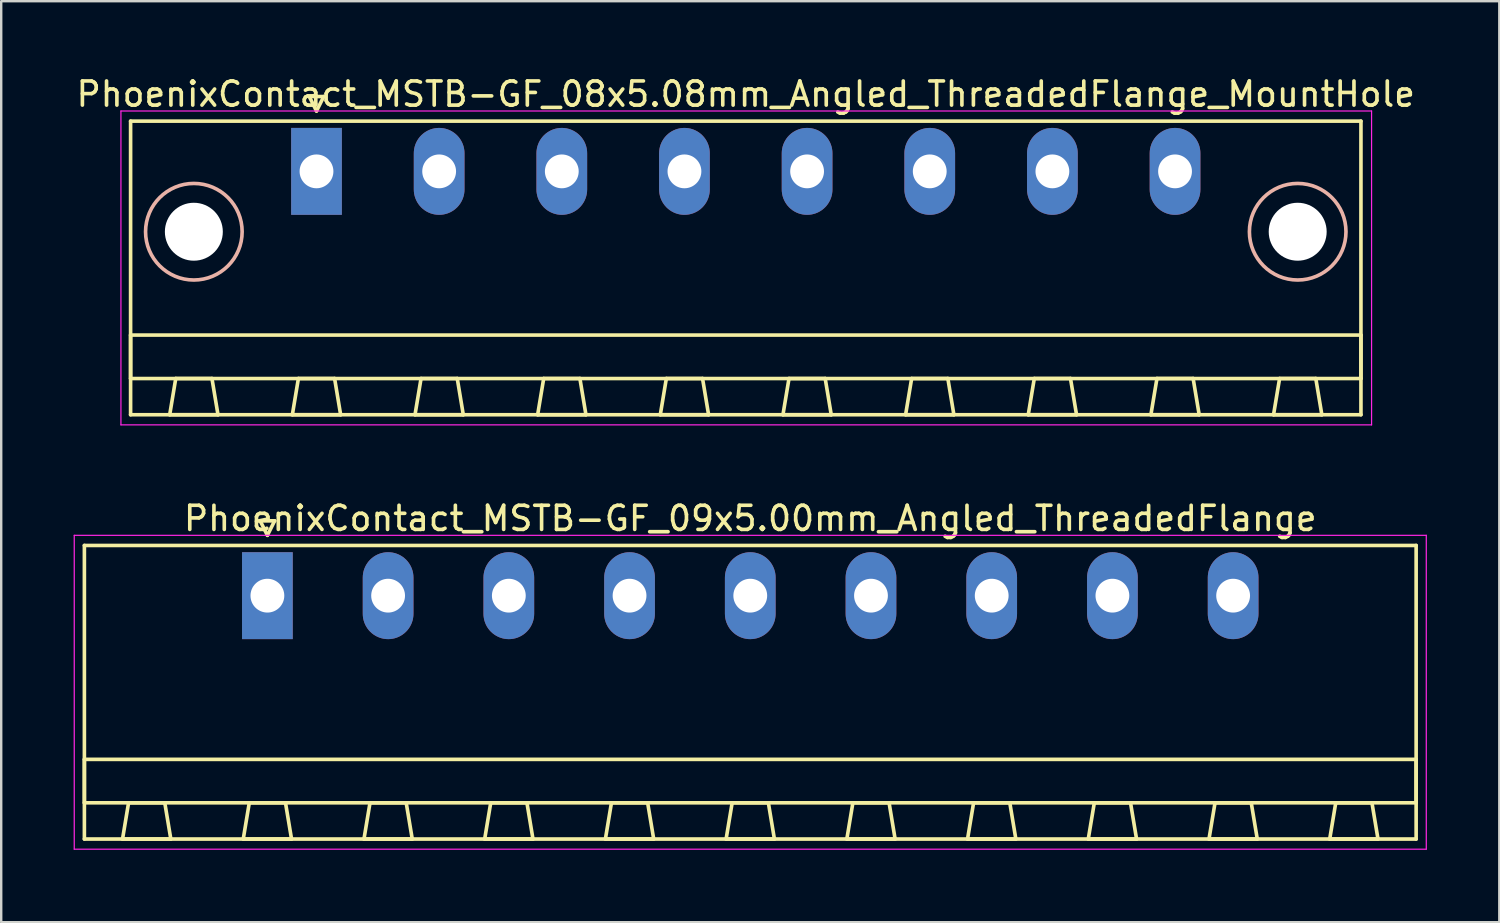
<source format=kicad_pcb>
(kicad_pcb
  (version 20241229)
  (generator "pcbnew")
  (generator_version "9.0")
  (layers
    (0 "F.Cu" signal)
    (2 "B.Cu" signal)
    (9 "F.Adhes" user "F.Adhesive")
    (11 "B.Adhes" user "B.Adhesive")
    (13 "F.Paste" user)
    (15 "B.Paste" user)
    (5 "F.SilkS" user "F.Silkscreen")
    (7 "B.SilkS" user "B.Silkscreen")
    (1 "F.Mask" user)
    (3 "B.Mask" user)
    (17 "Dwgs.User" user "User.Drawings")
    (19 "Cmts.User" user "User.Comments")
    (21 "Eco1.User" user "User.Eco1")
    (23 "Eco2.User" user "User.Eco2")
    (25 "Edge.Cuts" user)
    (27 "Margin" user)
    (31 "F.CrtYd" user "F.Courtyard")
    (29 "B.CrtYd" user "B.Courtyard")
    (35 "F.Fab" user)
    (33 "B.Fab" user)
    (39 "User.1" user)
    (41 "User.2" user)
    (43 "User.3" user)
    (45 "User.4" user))
  (footprint "PhoenixContact_MSTB-GF_09x5.00mm_Angled_ThreadedFlange"
    (layer "F.Cu")
    (at 8.025 21.622)
    (property "Reference" "PhoenixContact_MSTB-GF_09x5.00mm_Angled_ThreadedFlange" (at 20 -3.2 0) (layer "F.SilkS") (effects (font (size 1 1) (thickness 0.15))))
    (attr through_hole)
    (fp_line (start -7.58 -2.08) (end -7.58 10.08) (stroke (width 0.15) (type solid)) (layer "F.SilkS"))
    (fp_line (start -7.58 6.78) (end 47.58 6.78) (stroke (width 0.15) (type solid)) (layer "F.SilkS"))
    (fp_line (start -7.58 8.58) (end -7.58 6.78) (stroke (width 0.15) (type solid)) (layer "F.SilkS"))
    (fp_line (start -7.58 10.08) (end 47.58 10.08) (stroke (width 0.15) (type solid)) (layer "F.SilkS"))
    (fp_line (start -6 10.08) (end -4 10.08) (stroke (width 0.15) (type solid)) (layer "F.SilkS"))
    (fp_line (start -5.75 8.58) (end -6 10.08) (stroke (width 0.15) (type solid)) (layer "F.SilkS"))
    (fp_line (start -4.25 8.58) (end -5.75 8.58) (stroke (width 0.15) (type solid)) (layer "F.SilkS"))
    (fp_line (start -4 10.08) (end -4.25 8.58) (stroke (width 0.15) (type solid)) (layer "F.SilkS"))
    (fp_line (start -1 10.08) (end 1 10.08) (stroke (width 0.15) (type solid)) (layer "F.SilkS"))
    (fp_line (start -0.75 8.58) (end -1 10.08) (stroke (width 0.15) (type solid)) (layer "F.SilkS"))
    (fp_line (start -0.3 -3.1) (end 0 -2.5) (stroke (width 0.15) (type solid)) (layer "F.SilkS"))
    (fp_line (start 0 -2.5) (end 0.3 -3.1) (stroke (width 0.15) (type solid)) (layer "F.SilkS"))
    (fp_line (start 0.3 -3.1) (end -0.3 -3.1) (stroke (width 0.15) (type solid)) (layer "F.SilkS"))
    (fp_line (start 0.75 8.58) (end -0.75 8.58) (stroke (width 0.15) (type solid)) (layer "F.SilkS"))
    (fp_line (start 1 10.08) (end 0.75 8.58) (stroke (width 0.15) (type solid)) (layer "F.SilkS"))
    (fp_line (start 4 10.08) (end 6 10.08) (stroke (width 0.15) (type solid)) (layer "F.SilkS"))
    (fp_line (start 4.25 8.58) (end 4 10.08) (stroke (width 0.15) (type solid)) (layer "F.SilkS"))
    (fp_line (start 5.75 8.58) (end 4.25 8.58) (stroke (width 0.15) (type solid)) (layer "F.SilkS"))
    (fp_line (start 6 10.08) (end 5.75 8.58) (stroke (width 0.15) (type solid)) (layer "F.SilkS"))
    (fp_line (start 9 10.08) (end 11 10.08) (stroke (width 0.15) (type solid)) (layer "F.SilkS"))
    (fp_line (start 9.25 8.58) (end 9 10.08) (stroke (width 0.15) (type solid)) (layer "F.SilkS"))
    (fp_line (start 10.75 8.58) (end 9.25 8.58) (stroke (width 0.15) (type solid)) (layer "F.SilkS"))
    (fp_line (start 11 10.08) (end 10.75 8.58) (stroke (width 0.15) (type solid)) (layer "F.SilkS"))
    (fp_line (start 14 10.08) (end 16 10.08) (stroke (width 0.15) (type solid)) (layer "F.SilkS"))
    (fp_line (start 14.25 8.58) (end 14 10.08) (stroke (width 0.15) (type solid)) (layer "F.SilkS"))
    (fp_line (start 15.75 8.58) (end 14.25 8.58) (stroke (width 0.15) (type solid)) (layer "F.SilkS"))
    (fp_line (start 16 10.08) (end 15.75 8.58) (stroke (width 0.15) (type solid)) (layer "F.SilkS"))
    (fp_line (start 19 10.08) (end 21 10.08) (stroke (width 0.15) (type solid)) (layer "F.SilkS"))
    (fp_line (start 19.25 8.58) (end 19 10.08) (stroke (width 0.15) (type solid)) (layer "F.SilkS"))
    (fp_line (start 20.75 8.58) (end 19.25 8.58) (stroke (width 0.15) (type solid)) (layer "F.SilkS"))
    (fp_line (start 21 10.08) (end 20.75 8.58) (stroke (width 0.15) (type solid)) (layer "F.SilkS"))
    (fp_line (start 24 10.08) (end 26 10.08) (stroke (width 0.15) (type solid)) (layer "F.SilkS"))
    (fp_line (start 24.25 8.58) (end 24 10.08) (stroke (width 0.15) (type solid)) (layer "F.SilkS"))
    (fp_line (start 25.75 8.58) (end 24.25 8.58) (stroke (width 0.15) (type solid)) (layer "F.SilkS"))
    (fp_line (start 26 10.08) (end 25.75 8.58) (stroke (width 0.15) (type solid)) (layer "F.SilkS"))
    (fp_line (start 29 10.08) (end 31 10.08) (stroke (width 0.15) (type solid)) (layer "F.SilkS"))
    (fp_line (start 29.25 8.58) (end 29 10.08) (stroke (width 0.15) (type solid)) (layer "F.SilkS"))
    (fp_line (start 30.75 8.58) (end 29.25 8.58) (stroke (width 0.15) (type solid)) (layer "F.SilkS"))
    (fp_line (start 31 10.08) (end 30.75 8.58) (stroke (width 0.15) (type solid)) (layer "F.SilkS"))
    (fp_line (start 34 10.08) (end 36 10.08) (stroke (width 0.15) (type solid)) (layer "F.SilkS"))
    (fp_line (start 34.25 8.58) (end 34 10.08) (stroke (width 0.15) (type solid)) (layer "F.SilkS"))
    (fp_line (start 35.75 8.58) (end 34.25 8.58) (stroke (width 0.15) (type solid)) (layer "F.SilkS"))
    (fp_line (start 36 10.08) (end 35.75 8.58) (stroke (width 0.15) (type solid)) (layer "F.SilkS"))
    (fp_line (start 39 10.08) (end 41 10.08) (stroke (width 0.15) (type solid)) (layer "F.SilkS"))
    (fp_line (start 39.25 8.58) (end 39 10.08) (stroke (width 0.15) (type solid)) (layer "F.SilkS"))
    (fp_line (start 40.75 8.58) (end 39.25 8.58) (stroke (width 0.15) (type solid)) (layer "F.SilkS"))
    (fp_line (start 41 10.08) (end 40.75 8.58) (stroke (width 0.15) (type solid)) (layer "F.SilkS"))
    (fp_line (start 44 10.08) (end 46 10.08) (stroke (width 0.15) (type solid)) (layer "F.SilkS"))
    (fp_line (start 44.25 8.58) (end 44 10.08) (stroke (width 0.15) (type solid)) (layer "F.SilkS"))
    (fp_line (start 45.75 8.58) (end 44.25 8.58) (stroke (width 0.15) (type solid)) (layer "F.SilkS"))
    (fp_line (start 46 10.08) (end 45.75 8.58) (stroke (width 0.15) (type solid)) (layer "F.SilkS"))
    (fp_line (start 47.58 -2.08) (end -7.58 -2.08) (stroke (width 0.15) (type solid)) (layer "F.SilkS"))
    (fp_line (start 47.58 6.78) (end 47.58 8.58) (stroke (width 0.15) (type solid)) (layer "F.SilkS"))
    (fp_line (start 47.58 8.58) (end -7.58 8.58) (stroke (width 0.15) (type solid)) (layer "F.SilkS"))
    (fp_line (start 47.58 10.08) (end 47.58 -2.08) (stroke (width 0.15) (type solid)) (layer "F.SilkS"))
    (fp_line (start -8 -2.5) (end -8 10.5) (stroke (width 0.05) (type solid)) (layer "F.CrtYd"))
    (fp_line (start -8 10.5) (end 48 10.5) (stroke (width 0.05) (type solid)) (layer "F.CrtYd"))
    (fp_line (start 48 -2.5) (end -8 -2.5) (stroke (width 0.05) (type solid)) (layer "F.CrtYd"))
    (fp_line (start 48 10.5) (end 48 -2.5) (stroke (width 0.05) (type solid)) (layer "F.CrtYd"))
    (pad "1" thru_hole rect (at 0 0) (size 2.1 3.6) (drill 1.4) (layers "*.Cu" "*.Mask"))
    (pad "2" thru_hole oval (at 5 0) (size 2.1 3.6) (drill 1.4) (layers "*.Cu" "*.Mask"))
    (pad "3" thru_hole oval (at 10 0) (size 2.1 3.6) (drill 1.4) (layers "*.Cu" "*.Mask"))
    (pad "4" thru_hole oval (at 15 0) (size 2.1 3.6) (drill 1.4) (layers "*.Cu" "*.Mask"))
    (pad "5" thru_hole oval (at 20 0) (size 2.1 3.6) (drill 1.4) (layers "*.Cu" "*.Mask"))
    (pad "6" thru_hole oval (at 25 0) (size 2.1 3.6) (drill 1.4) (layers "*.Cu" "*.Mask"))
    (pad "7" thru_hole oval (at 30 0) (size 2.1 3.6) (drill 1.4) (layers "*.Cu" "*.Mask"))
    (pad "8" thru_hole oval (at 35 0) (size 2.1 3.6) (drill 1.4) (layers "*.Cu" "*.Mask"))
    (pad "9" thru_hole oval (at 40 0) (size 2.1 3.6) (drill 1.4) (layers "*.Cu" "*.Mask")))
  (footprint "PhoenixContact_MSTB-GF_08x5.08mm_Angled_ThreadedFlange_MountHole"
    (layer "F.Cu")
    (at 10.059 4.048)
    (property "Reference" "PhoenixContact_MSTB-GF_08x5.08mm_Angled_ThreadedFlange_MountHole" (at 17.78 -3.2 0) (layer "F.SilkS") (effects (font (size 1 1) (thickness 0.15))))
    (attr through_hole)
    (fp_line (start -7.7 -2.08) (end -7.7 10.08) (stroke (width 0.15) (type solid)) (layer "F.SilkS"))
    (fp_line (start -7.7 6.78) (end 43.26 6.78) (stroke (width 0.15) (type solid)) (layer "F.SilkS"))
    (fp_line (start -7.7 8.58) (end -7.7 6.78) (stroke (width 0.15) (type solid)) (layer "F.SilkS"))
    (fp_line (start -7.7 10.08) (end 43.26 10.08) (stroke (width 0.15) (type solid)) (layer "F.SilkS"))
    (fp_line (start -6.08 10.08) (end -4.08 10.08) (stroke (width 0.15) (type solid)) (layer "F.SilkS"))
    (fp_line (start -5.83 8.58) (end -6.08 10.08) (stroke (width 0.15) (type solid)) (layer "F.SilkS"))
    (fp_line (start -4.33 8.58) (end -5.83 8.58) (stroke (width 0.15) (type solid)) (layer "F.SilkS"))
    (fp_line (start -4.08 10.08) (end -4.33 8.58) (stroke (width 0.15) (type solid)) (layer "F.SilkS"))
    (fp_line (start -1 10.08) (end 1 10.08) (stroke (width 0.15) (type solid)) (layer "F.SilkS"))
    (fp_line (start -0.75 8.58) (end -1 10.08) (stroke (width 0.15) (type solid)) (layer "F.SilkS"))
    (fp_line (start -0.3 -3.1) (end 0 -2.5) (stroke (width 0.15) (type solid)) (layer "F.SilkS"))
    (fp_line (start 0 -2.5) (end 0.3 -3.1) (stroke (width 0.15) (type solid)) (layer "F.SilkS"))
    (fp_line (start 0.3 -3.1) (end -0.3 -3.1) (stroke (width 0.15) (type solid)) (layer "F.SilkS"))
    (fp_line (start 0.75 8.58) (end -0.75 8.58) (stroke (width 0.15) (type solid)) (layer "F.SilkS"))
    (fp_line (start 1 10.08) (end 0.75 8.58) (stroke (width 0.15) (type solid)) (layer "F.SilkS"))
    (fp_line (start 4.08 10.08) (end 6.08 10.08) (stroke (width 0.15) (type solid)) (layer "F.SilkS"))
    (fp_line (start 4.33 8.58) (end 4.08 10.08) (stroke (width 0.15) (type solid)) (layer "F.SilkS"))
    (fp_line (start 5.83 8.58) (end 4.33 8.58) (stroke (width 0.15) (type solid)) (layer "F.SilkS"))
    (fp_line (start 6.08 10.08) (end 5.83 8.58) (stroke (width 0.15) (type solid)) (layer "F.SilkS"))
    (fp_line (start 9.16 10.08) (end 11.16 10.08) (stroke (width 0.15) (type solid)) (layer "F.SilkS"))
    (fp_line (start 9.41 8.58) (end 9.16 10.08) (stroke (width 0.15) (type solid)) (layer "F.SilkS"))
    (fp_line (start 10.91 8.58) (end 9.41 8.58) (stroke (width 0.15) (type solid)) (layer "F.SilkS"))
    (fp_line (start 11.16 10.08) (end 10.91 8.58) (stroke (width 0.15) (type solid)) (layer "F.SilkS"))
    (fp_line (start 14.24 10.08) (end 16.24 10.08) (stroke (width 0.15) (type solid)) (layer "F.SilkS"))
    (fp_line (start 14.49 8.58) (end 14.24 10.08) (stroke (width 0.15) (type solid)) (layer "F.SilkS"))
    (fp_line (start 15.99 8.58) (end 14.49 8.58) (stroke (width 0.15) (type solid)) (layer "F.SilkS"))
    (fp_line (start 16.24 10.08) (end 15.99 8.58) (stroke (width 0.15) (type solid)) (layer "F.SilkS"))
    (fp_line (start 19.32 10.08) (end 21.32 10.08) (stroke (width 0.15) (type solid)) (layer "F.SilkS"))
    (fp_line (start 19.57 8.58) (end 19.32 10.08) (stroke (width 0.15) (type solid)) (layer "F.SilkS"))
    (fp_line (start 21.07 8.58) (end 19.57 8.58) (stroke (width 0.15) (type solid)) (layer "F.SilkS"))
    (fp_line (start 21.32 10.08) (end 21.07 8.58) (stroke (width 0.15) (type solid)) (layer "F.SilkS"))
    (fp_line (start 24.4 10.08) (end 26.4 10.08) (stroke (width 0.15) (type solid)) (layer "F.SilkS"))
    (fp_line (start 24.65 8.58) (end 24.4 10.08) (stroke (width 0.15) (type solid)) (layer "F.SilkS"))
    (fp_line (start 26.15 8.58) (end 24.65 8.58) (stroke (width 0.15) (type solid)) (layer "F.SilkS"))
    (fp_line (start 26.4 10.08) (end 26.15 8.58) (stroke (width 0.15) (type solid)) (layer "F.SilkS"))
    (fp_line (start 29.48 10.08) (end 31.48 10.08) (stroke (width 0.15) (type solid)) (layer "F.SilkS"))
    (fp_line (start 29.73 8.58) (end 29.48 10.08) (stroke (width 0.15) (type solid)) (layer "F.SilkS"))
    (fp_line (start 31.23 8.58) (end 29.73 8.58) (stroke (width 0.15) (type solid)) (layer "F.SilkS"))
    (fp_line (start 31.48 10.08) (end 31.23 8.58) (stroke (width 0.15) (type solid)) (layer "F.SilkS"))
    (fp_line (start 34.56 10.08) (end 36.56 10.08) (stroke (width 0.15) (type solid)) (layer "F.SilkS"))
    (fp_line (start 34.81 8.58) (end 34.56 10.08) (stroke (width 0.15) (type solid)) (layer "F.SilkS"))
    (fp_line (start 36.31 8.58) (end 34.81 8.58) (stroke (width 0.15) (type solid)) (layer "F.SilkS"))
    (fp_line (start 36.56 10.08) (end 36.31 8.58) (stroke (width 0.15) (type solid)) (layer "F.SilkS"))
    (fp_line (start 39.64 10.08) (end 41.64 10.08) (stroke (width 0.15) (type solid)) (layer "F.SilkS"))
    (fp_line (start 39.89 8.58) (end 39.64 10.08) (stroke (width 0.15) (type solid)) (layer "F.SilkS"))
    (fp_line (start 41.39 8.58) (end 39.89 8.58) (stroke (width 0.15) (type solid)) (layer "F.SilkS"))
    (fp_line (start 41.64 10.08) (end 41.39 8.58) (stroke (width 0.15) (type solid)) (layer "F.SilkS"))
    (fp_line (start 43.26 -2.08) (end -7.7 -2.08) (stroke (width 0.15) (type solid)) (layer "F.SilkS"))
    (fp_line (start 43.26 6.78) (end 43.26 8.58) (stroke (width 0.15) (type solid)) (layer "F.SilkS"))
    (fp_line (start 43.26 8.58) (end -7.7 8.58) (stroke (width 0.15) (type solid)) (layer "F.SilkS"))
    (fp_line (start 43.26 10.08) (end 43.26 -2.08) (stroke (width 0.15) (type solid)) (layer "F.SilkS"))
    (fp_circle (center -5.08 2.5) (end -3.08 2.5) (stroke (width 0.15) (type solid)) (fill no) (layer "B.SilkS"))
    (fp_circle (center 40.64 2.5) (end 42.64 2.5) (stroke (width 0.15) (type solid)) (fill no) (layer "B.SilkS"))
    (fp_line (start -8.1 -2.5) (end -8.1 10.5) (stroke (width 0.05) (type solid)) (layer "F.CrtYd"))
    (fp_line (start -8.1 10.5) (end 43.7 10.5) (stroke (width 0.05) (type solid)) (layer "F.CrtYd"))
    (fp_line (start 43.7 -2.5) (end -8.1 -2.5) (stroke (width 0.05) (type solid)) (layer "F.CrtYd"))
    (fp_line (start 43.7 10.5) (end 43.7 -2.5) (stroke (width 0.05) (type solid)) (layer "F.CrtYd"))
    (pad "" np_thru_hole circle (at -5.08 2.5) (size 2.4 2.4) (drill 2.4) (layers "*.Cu" "*.Mask"))
    (pad "" np_thru_hole circle (at 40.64 2.5) (size 2.4 2.4) (drill 2.4) (layers "*.Cu" "*.Mask"))
    (pad "1" thru_hole rect (at 0 0) (size 2.1 3.6) (drill 1.4) (layers "*.Cu" "*.Mask"))
    (pad "2" thru_hole oval (at 5.08 0) (size 2.1 3.6) (drill 1.4) (layers "*.Cu" "*.Mask"))
    (pad "3" thru_hole oval (at 10.16 0) (size 2.1 3.6) (drill 1.4) (layers "*.Cu" "*.Mask"))
    (pad "4" thru_hole oval (at 15.24 0) (size 2.1 3.6) (drill 1.4) (layers "*.Cu" "*.Mask"))
    (pad "5" thru_hole oval (at 20.32 0) (size 2.1 3.6) (drill 1.4) (layers "*.Cu" "*.Mask"))
    (pad "6" thru_hole oval (at 25.4 0) (size 2.1 3.6) (drill 1.4) (layers "*.Cu" "*.Mask"))
    (pad "7" thru_hole oval (at 30.48 0) (size 2.1 3.6) (drill 1.4) (layers "*.Cu" "*.Mask"))
    (pad "8" thru_hole oval (at 35.56 0) (size 2.1 3.6) (drill 1.4) (layers "*.Cu" "*.Mask")))
  (gr_rect
    (start -3 -3)
    (end 59.05 35.147)
    (stroke (width 0.1) (type default))
    (fill no)
    (layer "Edge.Cuts")))
</source>
